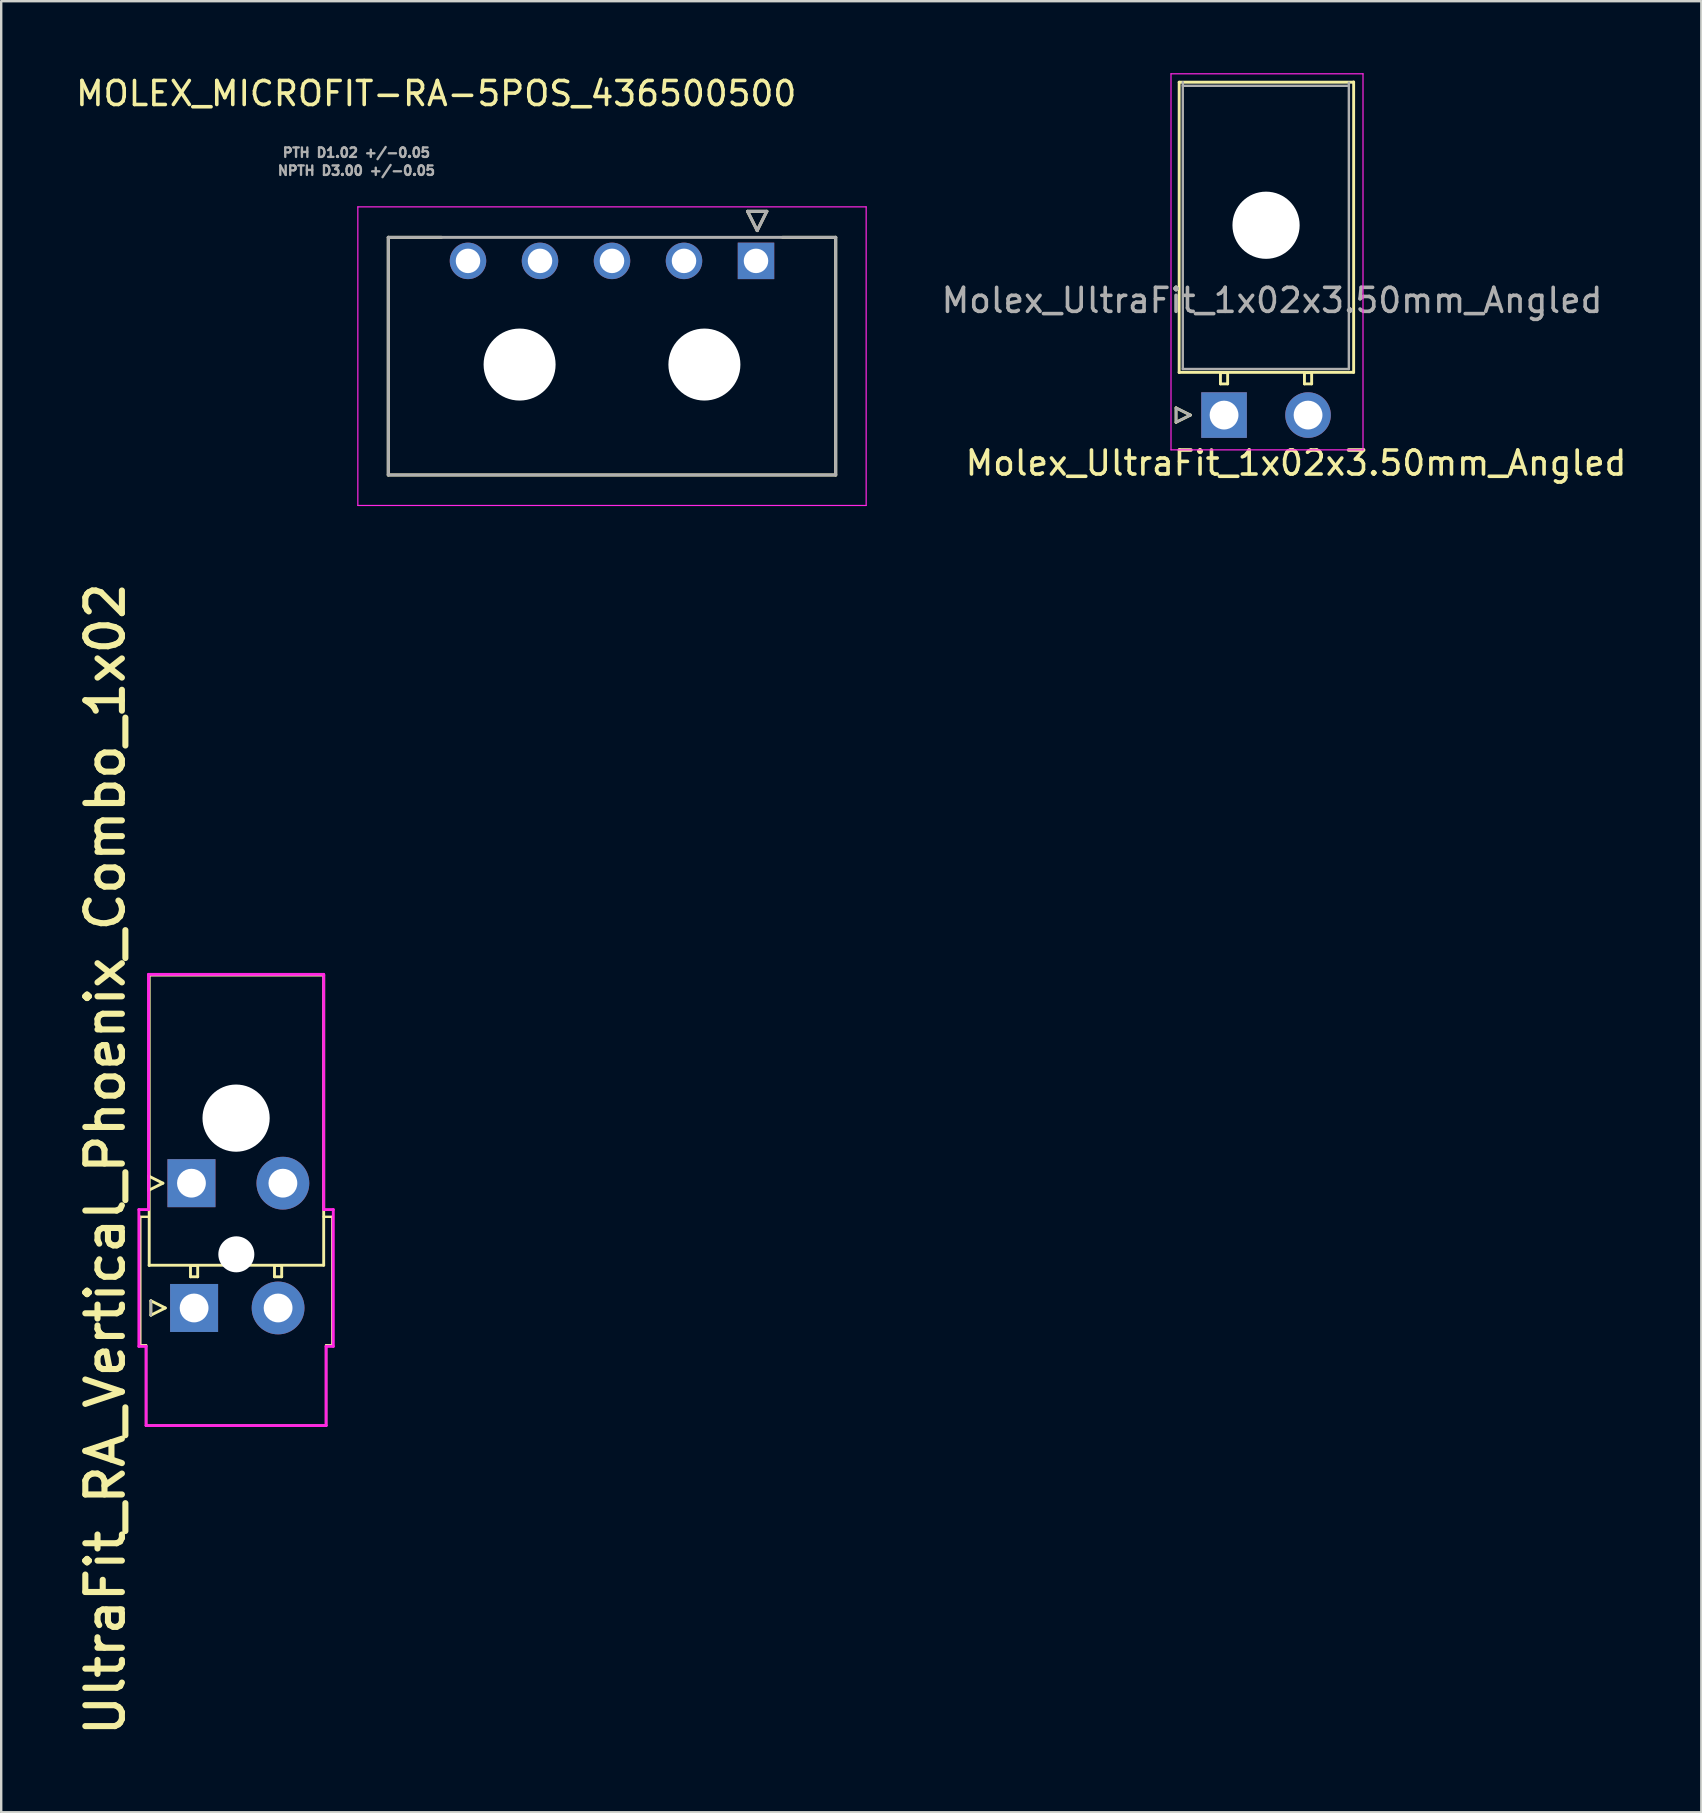
<source format=kicad_pcb>
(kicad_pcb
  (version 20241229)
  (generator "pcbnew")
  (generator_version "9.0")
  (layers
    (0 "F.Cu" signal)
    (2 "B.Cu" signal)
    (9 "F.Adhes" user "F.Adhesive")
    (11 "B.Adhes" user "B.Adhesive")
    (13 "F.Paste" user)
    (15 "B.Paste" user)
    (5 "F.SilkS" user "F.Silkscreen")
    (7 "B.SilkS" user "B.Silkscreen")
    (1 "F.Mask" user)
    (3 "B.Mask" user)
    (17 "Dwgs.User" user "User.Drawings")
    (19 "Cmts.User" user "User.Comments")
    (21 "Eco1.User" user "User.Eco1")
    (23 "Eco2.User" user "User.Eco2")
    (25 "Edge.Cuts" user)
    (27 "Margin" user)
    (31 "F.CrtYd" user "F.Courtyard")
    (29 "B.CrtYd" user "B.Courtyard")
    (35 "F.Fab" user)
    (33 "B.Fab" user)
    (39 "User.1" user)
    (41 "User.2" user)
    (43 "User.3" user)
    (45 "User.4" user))
  (footprint "Molex_UltraFit_1x02x3.50mm_Angled"
    (layer "F.Cu")
    (at 47.952 14.245)
    (property "Reference" "Molex_UltraFit_1x02x3.50mm_Angled" (at 3 2 0) (layer "F.SilkS") (effects (font (size 1 1) (thickness 0.15))))
    (attr through_hole)
    (fp_line (start -2 -0.3) (end -1.4 0) (stroke (width 0.12) (type solid)) (layer "F.SilkS"))
    (fp_line (start -2 0.3) (end -2 -0.3) (stroke (width 0.12) (type solid)) (layer "F.SilkS"))
    (fp_line (start -1.872 -1.781) (end 5.4 -1.781) (stroke (width 0.12) (type solid)) (layer "F.SilkS"))
    (fp_line (start -1.87 -13.87) (end -1.87 -1.77) (stroke (width 0.12) (type solid)) (layer "F.SilkS"))
    (fp_line (start -1.4 0) (end -2 0.3) (stroke (width 0.12) (type solid)) (layer "F.SilkS"))
    (fp_line (start -0.15 -1.77) (end -0.15 -1.3) (stroke (width 0.12) (type solid)) (layer "F.SilkS"))
    (fp_line (start -0.15 -1.3) (end 0.15 -1.3) (stroke (width 0.12) (type solid)) (layer "F.SilkS"))
    (fp_line (start 0.15 -1.77) (end -0.15 -1.77) (stroke (width 0.12) (type solid)) (layer "F.SilkS"))
    (fp_line (start 0.15 -1.3) (end 0.15 -1.77) (stroke (width 0.12) (type solid)) (layer "F.SilkS"))
    (fp_line (start 3.35 -1.77) (end 3.35 -1.3) (stroke (width 0.12) (type solid)) (layer "F.SilkS"))
    (fp_line (start 3.35 -1.3) (end 3.65 -1.3) (stroke (width 0.12) (type solid)) (layer "F.SilkS"))
    (fp_line (start 3.65 -1.77) (end 3.35 -1.77) (stroke (width 0.12) (type solid)) (layer "F.SilkS"))
    (fp_line (start 3.65 -1.3) (end 3.65 -1.77) (stroke (width 0.12) (type solid)) (layer "F.SilkS"))
    (fp_line (start 5.4 -13.87) (end -1.87 -13.87) (stroke (width 0.12) (type solid)) (layer "F.SilkS"))
    (fp_line (start 5.4 -1.781) (end 5.4 -13.881) (stroke (width 0.12) (type solid)) (layer "F.SilkS"))
    (fp_line (start -2.21 -14.22) (end -2.21 1.45) (stroke (width 0.05) (type solid)) (layer "F.CrtYd"))
    (fp_line (start -2.21 1.45) (end 5.79 1.45) (stroke (width 0.05) (type solid)) (layer "F.CrtYd"))
    (fp_line (start 5.79 -14.22) (end -2.21 -14.22) (stroke (width 0.05) (type solid)) (layer "F.CrtYd"))
    (fp_line (start 5.79 1.45) (end 5.79 -14.22) (stroke (width 0.05) (type solid)) (layer "F.CrtYd"))
    (fp_line (start -2 -0.3) (end -1.4 0) (stroke (width 0.1) (type solid)) (layer "F.Fab"))
    (fp_line (start -2 0.3) (end -2 -0.3) (stroke (width 0.1) (type solid)) (layer "F.Fab"))
    (fp_line (start -1.72 -13.87) (end -1.72 -1.92) (stroke (width 0.1) (type solid)) (layer "F.Fab"))
    (fp_line (start -1.72 -1.92) (end 5.2 -1.92) (stroke (width 0.1) (type solid)) (layer "F.Fab"))
    (fp_line (start -1.4 0) (end -2 0.3) (stroke (width 0.1) (type solid)) (layer "F.Fab"))
    (fp_line (start 5.2 -13.72) (end -1.72 -13.72) (stroke (width 0.1) (type solid)) (layer "F.Fab"))
    (fp_line (start 5.2 -1.92) (end 5.2 -13.85) (stroke (width 0.1) (type solid)) (layer "F.Fab"))
    (fp_text user "${REFERENCE}" (at 2 -4.778 0) (layer "F.Fab") (effects (font (size 1 1) (thickness 0.15))))
    (pad "" np_thru_hole circle (at 1.75 -7.91) (size 2.8 2.8) (drill 2.8) (layers "*.Cu" "*.Mask"))
    (pad "1" thru_hole rect (at 0 0) (size 1.9 1.9) (drill 1.2) (layers "*.Cu" "*.Mask"))
    (pad "2" thru_hole circle (at 3.5 0) (size 1.9 1.9) (drill 1.2) (layers "*.Cu" "*.Mask")))
  (footprint "UltraFit_RA_Vertical_Phoenix_Combo_1x02"
    (layer "F.Cu")
    (at 5.037 51.449)
    (property "Reference" "UltraFit_RA_Vertical_Phoenix_Combo_1x02" (at -3.7 -6.2 90) (layer "F.SilkS") (effects (font (size 1.524 1.524) (thickness 0.254))))
    (attr through_hole)
    (fp_line (start -2.24 -3.8) (end -1.9 -3.8) (stroke (width 0.1) (type solid)) (layer "F.SilkS"))
    (fp_line (start -2.24 1.555) (end -2.24 -3.795) (stroke (width 0.1) (type solid)) (layer "F.SilkS"))
    (fp_line (start -2 1.555) (end -2.24 1.555) (stroke (width 0.1) (type solid)) (layer "F.SilkS"))
    (fp_line (start -2 4.9) (end -2 1.555) (stroke (width 0.1) (type solid)) (layer "F.SilkS"))
    (fp_line (start -2 4.9) (end 5.5 4.9) (stroke (width 0.1) (type solid)) (layer "F.SilkS"))
    (fp_line (start -1.9 -5.5) (end -1.3 -5.2) (stroke (width 0.12) (type solid)) (layer "F.SilkS"))
    (fp_line (start -1.9 -4.9) (end -1.9 -5.5) (stroke (width 0.12) (type solid)) (layer "F.SilkS"))
    (fp_line (start -1.872 -1.781) (end 5.4 -1.781) (stroke (width 0.12) (type solid)) (layer "F.SilkS"))
    (fp_line (start -1.87 -13.87) (end -1.87 -1.77) (stroke (width 0.12) (type solid)) (layer "F.SilkS"))
    (fp_line (start -1.8 -0.3) (end -1.2 0) (stroke (width 0.12) (type solid)) (layer "F.SilkS"))
    (fp_line (start -1.8 0.3) (end -1.8 -0.3) (stroke (width 0.12) (type solid)) (layer "F.SilkS"))
    (fp_line (start -1.3 -5.2) (end -1.9 -4.9) (stroke (width 0.12) (type solid)) (layer "F.SilkS"))
    (fp_line (start -1.2 0) (end -1.8 0.3) (stroke (width 0.12) (type solid)) (layer "F.SilkS"))
    (fp_line (start -0.15 -1.77) (end -0.15 -1.3) (stroke (width 0.12) (type solid)) (layer "F.SilkS"))
    (fp_line (start 0.15 -1.77) (end -0.15 -1.77) (stroke (width 0.12) (type solid)) (layer "F.SilkS"))
    (fp_line (start 0.15 -1.3) (end -0.15 -1.3) (stroke (width 0.12) (type solid)) (layer "F.SilkS"))
    (fp_line (start 0.15 -1.3) (end 0.15 -1.77) (stroke (width 0.12) (type solid)) (layer "F.SilkS"))
    (fp_line (start 3.35 -1.77) (end 3.35 -1.3) (stroke (width 0.12) (type solid)) (layer "F.SilkS"))
    (fp_line (start 3.65 -1.77) (end 3.35 -1.77) (stroke (width 0.12) (type solid)) (layer "F.SilkS"))
    (fp_line (start 3.65 -1.3) (end 3.35 -1.3) (stroke (width 0.12) (type solid)) (layer "F.SilkS"))
    (fp_line (start 3.65 -1.3) (end 3.65 -1.77) (stroke (width 0.12) (type solid)) (layer "F.SilkS"))
    (fp_line (start 5.4 -13.87) (end -1.87 -13.87) (stroke (width 0.12) (type solid)) (layer "F.SilkS"))
    (fp_line (start 5.4 -3.8) (end 5.76 -3.8) (stroke (width 0.1) (type solid)) (layer "F.SilkS"))
    (fp_line (start 5.4 -1.781) (end 5.4 -13.87) (stroke (width 0.12) (type solid)) (layer "F.SilkS"))
    (fp_line (start 5.5 4.9) (end 5.5 1.555) (stroke (width 0.1) (type solid)) (layer "F.SilkS"))
    (fp_line (start 5.76 -3.8) (end 5.76 1.555) (stroke (width 0.1) (type solid)) (layer "F.SilkS"))
    (fp_line (start 5.76 1.555) (end 5.5 1.555) (stroke (width 0.1) (type solid)) (layer "F.SilkS"))
    (fp_line (start -2.3 -4.1) (end -1.9 -4.1) (stroke (width 0.12) (type solid)) (layer "F.CrtYd"))
    (fp_line (start -2.3 1.6) (end -2.3 -4.1) (stroke (width 0.12) (type solid)) (layer "F.CrtYd"))
    (fp_line (start -2 1.6) (end -2.3 1.6) (stroke (width 0.12) (type solid)) (layer "F.CrtYd"))
    (fp_line (start -2 4.9) (end -2 1.6) (stroke (width 0.12) (type solid)) (layer "F.CrtYd"))
    (fp_line (start -1.9 -13.9) (end 5.4 -13.9) (stroke (width 0.12) (type solid)) (layer "F.CrtYd"))
    (fp_line (start -1.9 -4.1) (end -1.9 -13.9) (stroke (width 0.12) (type solid)) (layer "F.CrtYd"))
    (fp_line (start 5.4 -13.9) (end 5.4 -4.1) (stroke (width 0.12) (type solid)) (layer "F.CrtYd"))
    (fp_line (start 5.4 -4.1) (end 5.8 -4.1) (stroke (width 0.12) (type solid)) (layer "F.CrtYd"))
    (fp_line (start 5.5 1.6) (end 5.5 4.9) (stroke (width 0.12) (type solid)) (layer "F.CrtYd"))
    (fp_line (start 5.5 4.9) (end -2 4.9) (stroke (width 0.12) (type solid)) (layer "F.CrtYd"))
    (fp_line (start 5.8 -4.1) (end 5.8 1.6) (stroke (width 0.12) (type solid)) (layer "F.CrtYd"))
    (fp_line (start 5.8 1.6) (end 5.5 1.6) (stroke (width 0.12) (type solid)) (layer "F.CrtYd"))
    (fp_line (start -1.8 0.3) (end -1.8 -0.3) (stroke (width 0.1) (type solid)) (layer "F.Fab"))
    (pad "" np_thru_hole circle (at 1.75 -7.91) (size 2.8 2.8) (drill 2.8) (layers "*.Cu" "*.Mask"))
    (pad "" np_thru_hole circle (at 1.76 -2.235 180) (size 1.5 1.5) (drill 1.5) (layers "*.Cu" "*.Mask"))
    (pad "1" thru_hole rect (at -0.11 -5.2 180) (size 2 2) (drill 1.2) (layers "*.Cu" "*.Mask"))
    (pad "1" thru_hole rect (at 0 0 180) (size 2 2) (drill 1.2) (layers "*.Cu" "*.Mask"))
    (pad "2" thru_hole circle (at 3.5 0 180) (size 2.2 2.2) (drill 1.2) (layers "*.Cu" "*.Mask"))
    (pad "2" thru_hole circle (at 3.7 -5.2 180) (size 2.2 2.2) (drill 1.2) (layers "*.Cu" "*.Mask")))
  (footprint "MOLEX_MICROFIT-RA-5POS_436500500"
    (layer "F.Cu")
    (at 28.45 7.82)
    (property "Reference" "MOLEX_MICROFIT-RA-5POS_436500500" (at -13.325 -6.972 0) (layer "F.SilkS") (effects (font (size 1 1) (thickness 0.15))))
    (attr through_hole)
    (fp_circle (center -12 0) (end -11.582 0) (stroke (width 0.836) (type solid)) (fill no) (layer "F.Mask"))
    (fp_circle (center -9.85 4.32) (end -9.062 4.32) (stroke (width 1.576) (type solid)) (fill no) (layer "F.Mask"))
    (fp_circle (center -9 0) (end -8.582 0) (stroke (width 0.836) (type solid)) (fill no) (layer "F.Mask"))
    (fp_circle (center -6 0) (end -5.582 0) (stroke (width 0.836) (type solid)) (fill no) (layer "F.Mask"))
    (fp_circle (center -3 0) (end -2.582 0) (stroke (width 0.836) (type solid)) (fill no) (layer "F.Mask"))
    (fp_circle (center -2.15 4.32) (end -1.362 4.32) (stroke (width 1.576) (type solid)) (fill no) (layer "F.Mask"))
    (fp_poly (pts (xy -0.836 -0.836) (xy 0.836 -0.836) (xy 0.836 0.836) (xy -0.836 0.836)) (stroke (width 0.01) (type solid)) (fill yes) (layer "F.Mask"))
    (fp_circle (center -12 0) (end -11.582 0) (stroke (width 0.836) (type solid)) (fill no) (layer "B.Mask"))
    (fp_circle (center -9.85 4.32) (end -9.062 4.32) (stroke (width 1.576) (type solid)) (fill no) (layer "B.Mask"))
    (fp_circle (center -9 0) (end -8.582 0) (stroke (width 0.836) (type solid)) (fill no) (layer "B.Mask"))
    (fp_circle (center -6 0) (end -5.582 0) (stroke (width 0.836) (type solid)) (fill no) (layer "B.Mask"))
    (fp_circle (center -3 0) (end -2.582 0) (stroke (width 0.836) (type solid)) (fill no) (layer "B.Mask"))
    (fp_circle (center -2.15 4.32) (end -1.362 4.32) (stroke (width 1.576) (type solid)) (fill no) (layer "B.Mask"))
    (fp_poly (pts (xy -0.836 -0.836) (xy 0.836 -0.836) (xy 0.836 0.836) (xy -0.836 0.836)) (stroke (width 0.01) (type solid)) (fill yes) (layer "B.Mask"))
    (fp_line (start -15.32 -0.98) (end -13.11 -0.98) (stroke (width 0.127) (type solid)) (layer "F.SilkS"))
    (fp_line (start -15.32 8.92) (end -15.32 -0.98) (stroke (width 0.127) (type solid)) (layer "F.SilkS"))
    (fp_line (start -0.35 -2.064) (end 0.45 -2.064) (stroke (width 0.127) (type solid)) (layer "F.SilkS"))
    (fp_line (start 0.05 -1.264) (end -0.35 -2.064) (stroke (width 0.127) (type solid)) (layer "F.SilkS"))
    (fp_line (start 0.45 -2.064) (end 0.05 -1.264) (stroke (width 0.127) (type solid)) (layer "F.SilkS"))
    (fp_line (start 3.32 -0.98) (end 1.11 -0.98) (stroke (width 0.127) (type solid)) (layer "F.SilkS"))
    (fp_line (start 3.32 8.92) (end -15.32 8.92) (stroke (width 0.127) (type solid)) (layer "F.SilkS"))
    (fp_line (start 3.32 8.92) (end 3.32 -0.98) (stroke (width 0.127) (type solid)) (layer "F.SilkS"))
    (fp_line (start -16.59 -2.25) (end 4.59 -2.25) (stroke (width 0.05) (type solid)) (layer "F.CrtYd"))
    (fp_line (start -16.59 10.19) (end -16.59 -2.25) (stroke (width 0.05) (type solid)) (layer "F.CrtYd"))
    (fp_line (start 4.59 10.19) (end -16.59 10.19) (stroke (width 0.05) (type solid)) (layer "F.CrtYd"))
    (fp_line (start 4.59 10.19) (end 4.59 -2.25) (stroke (width 0.05) (type solid)) (layer "F.CrtYd"))
    (fp_line (start -15.32 -0.98) (end 3.32 -0.98) (stroke (width 0.127) (type solid)) (layer "F.Fab"))
    (fp_line (start -15.32 8.92) (end -15.32 -0.98) (stroke (width 0.127) (type solid)) (layer "F.Fab"))
    (fp_line (start -0.35 -2.064) (end 0.45 -2.064) (stroke (width 0.127) (type solid)) (layer "F.Fab"))
    (fp_line (start 0.05 -1.264) (end -0.35 -2.064) (stroke (width 0.127) (type solid)) (layer "F.Fab"))
    (fp_line (start 0.45 -2.064) (end 0.05 -1.264) (stroke (width 0.127) (type solid)) (layer "F.Fab"))
    (fp_line (start 3.32 8.92) (end -15.32 8.92) (stroke (width 0.127) (type solid)) (layer "F.Fab"))
    (fp_line (start 3.32 8.92) (end 3.32 -0.98) (stroke (width 0.127) (type solid)) (layer "F.Fab"))
    (fp_text user "PTH D1.02 +/-0.05 " (at -16.5 -4.51 0) (layer "F.Fab") (effects (font (size 0.394 0.394) (thickness 0.15))))
    (fp_text user "NPTH D3.00 +/-0.05 " (at -16.5 -3.76 0) (layer "F.Fab") (effects (font (size 0.394 0.394) (thickness 0.15))))
    (pad "" np_thru_hole circle (at -9.85 4.32) (size 3 3) (drill 3) (layers "*.Cu" "*.Mask"))
    (pad "" np_thru_hole circle (at -2.15 4.32) (size 3 3) (drill 3) (layers "*.Cu" "*.Mask"))
    (pad "1" thru_hole rect (at 0 0) (size 1.52 1.52) (drill 1.02) (layers "*.Cu"))
    (pad "2" thru_hole circle (at -3 0) (size 1.52 1.52) (drill 1.02) (layers "*.Cu"))
    (pad "3" thru_hole circle (at -6 0) (size 1.52 1.52) (drill 1.02) (layers "*.Cu"))
    (pad "4" thru_hole circle (at -9 0) (size 1.52 1.52) (drill 1.02) (layers "*.Cu"))
    (pad "5" thru_hole circle (at -12 0) (size 1.52 1.52) (drill 1.02) (layers "*.Cu")))
  (gr_rect
    (start -3 -3)
    (end 67.839 72.462)
    (stroke (width 0.1) (type default))
    (fill no)
    (layer "Edge.Cuts")))
</source>
